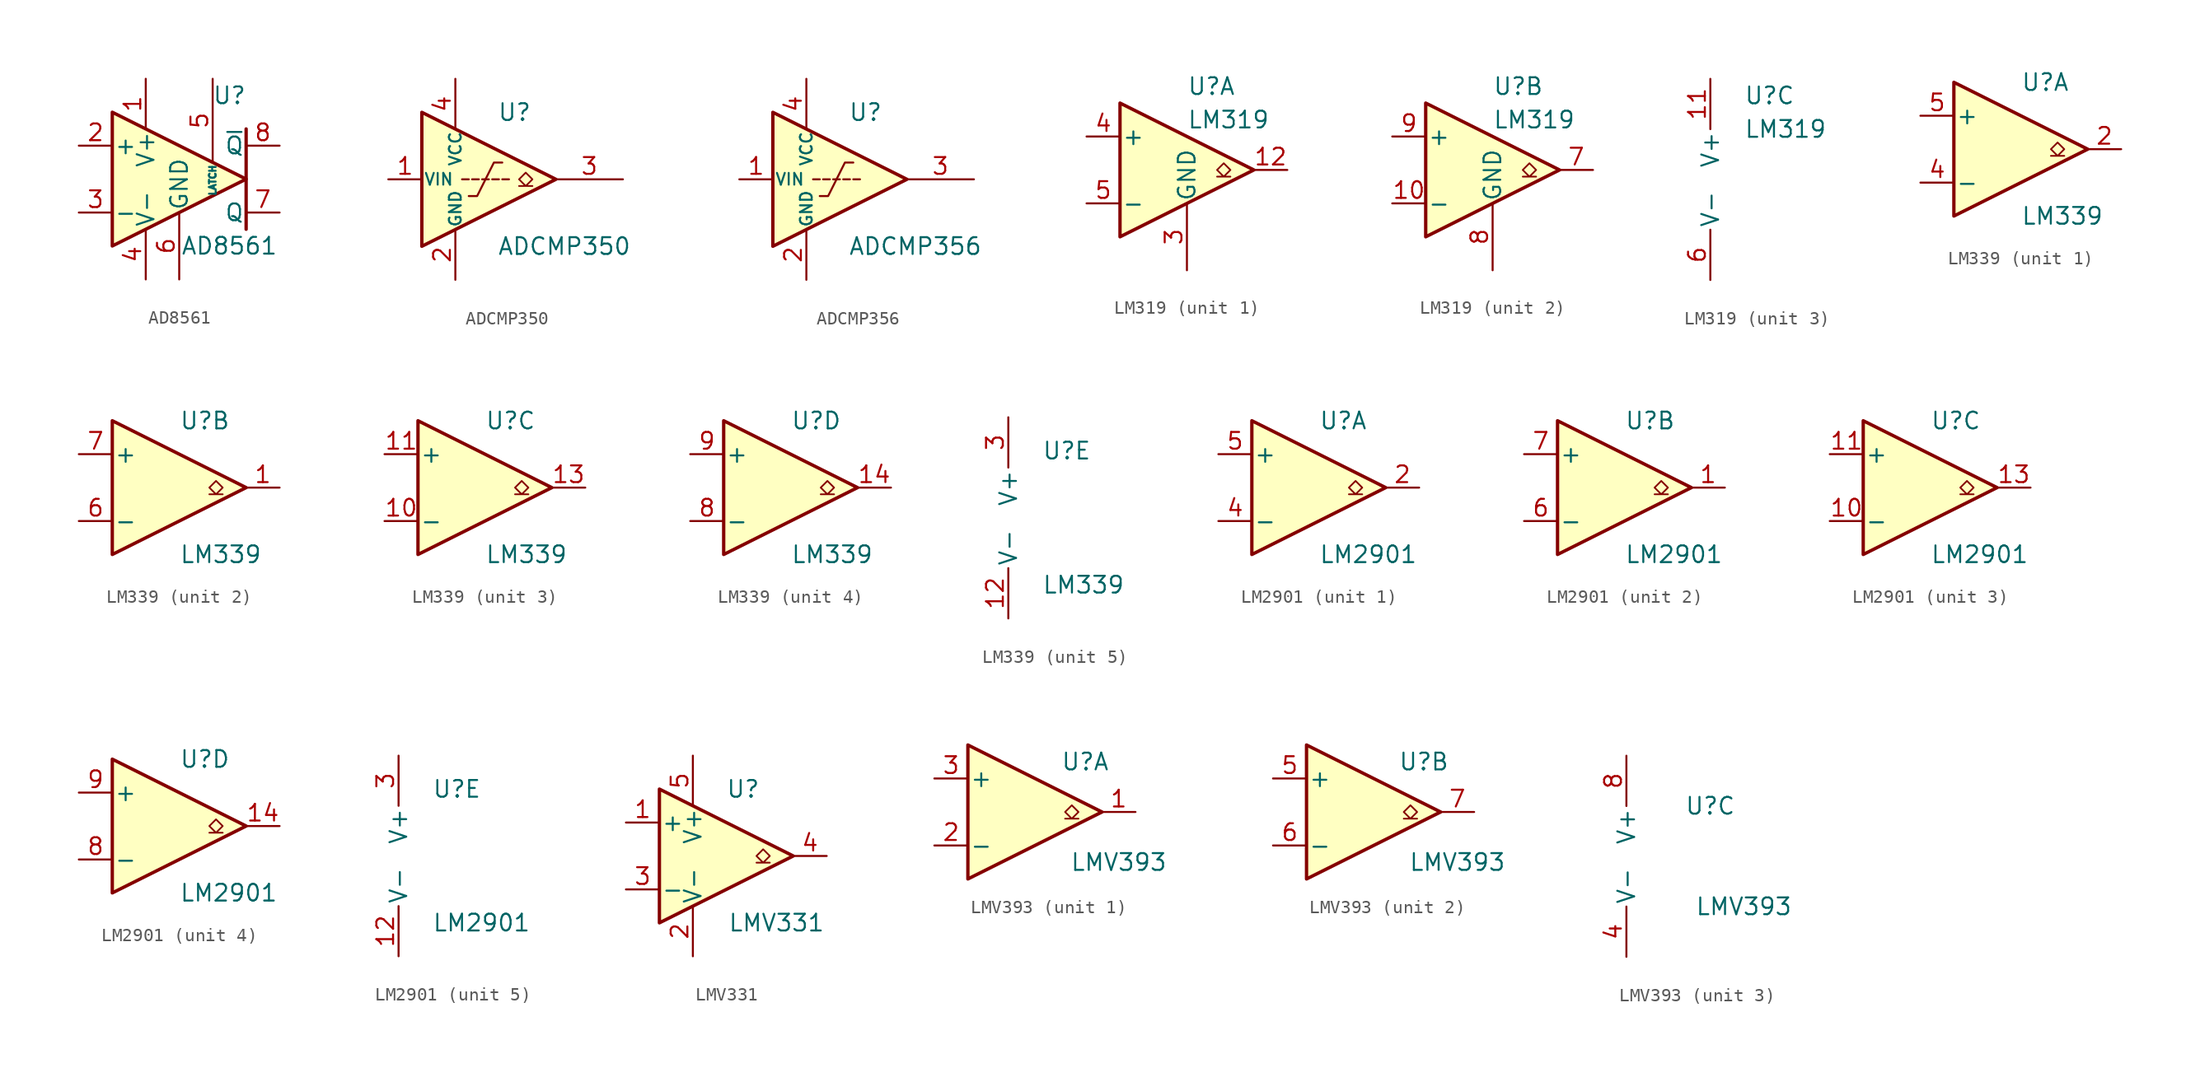
<source format=kicad_sym>
(kicad_symbol_lib
  (version 20201005)
  (generator kicad_symbol_editor)
  (symbol "Comparator:AD8561"
    (pin_names
      (offset 0.127))
    (property "Reference" "U"
      (at 3.81 6.35 0)
      (effects (font (size 1.27 1.27))))
    (property "Value" "AD8561"
      (at 3.81 -5.08 0)
      (effects (font (size 1.27 1.27))))
    (symbol "AD8561_0_1"
      (polyline (pts (xy 5.08 3.81) (xy 5.08 -3.81)) (stroke (width 0.254)) (fill (type none)))
      (polyline (pts (xy -5.08 5.08) (xy 5.08 0) (xy -5.08 -5.08) (xy -5.08 5.08)) (stroke (width 0.254)) (fill (type background))))
    (symbol "AD8561_1_1"
      (pin power_in line (at -2.54 7.62 270) (length 3.81) (name "V+" (effects (font (size 1.27 1.27)))) (number "1" (effects (font (size 1.27 1.27)))))
      (pin input line (at -7.62 2.54 0) (length 2.54) (name "+" (effects (font (size 1.27 1.27)))) (number "2" (effects (font (size 1.27 1.27)))))
      (pin input line (at -7.62 -2.54 0) (length 2.54) (name "-" (effects (font (size 1.27 1.27)))) (number "3" (effects (font (size 1.27 1.27)))))
      (pin power_in line (at -2.54 -7.62 90) (length 3.81) (name "V-" (effects (font (size 1.27 1.27)))) (number "4" (effects (font (size 1.27 1.27)))))
      (pin input line (at 2.54 7.62 270) (length 6.35) (name "LATCH" (effects (font (size 0.508 0.508)))) (number "5" (effects (font (size 1.27 1.27)))))
      (pin power_in line (at 0 -7.62 90) (length 5.08) (name "GND" (effects (font (size 1.27 1.27)))) (number "6" (effects (font (size 1.27 1.27)))))
      (pin output line (at 7.62 -2.54 180) (length 2.54) (name "Q" (effects (font (size 1.27 1.27)))) (number "7" (effects (font (size 1.27 1.27)))))
      (pin output line (at 7.62 2.54 180) (length 2.54) (name "~Q" (effects (font (size 1.27 1.27)))) (number "8" (effects (font (size 1.27 1.27)))))))
  (symbol "Comparator:ADCMP350"
    (pin_names
      (offset 0.127))
    (property "Reference" "U"
      (at 3.175 5.08 0)
      (effects (font (size 1.27 1.27)) (justify left)))
    (property "Value" "ADCMP350"
      (at 3.175 -5.08 0)
      (effects (font (size 1.27 1.27)) (justify left)))
    (symbol "ADCMP350_0_1"
      (polyline (pts (xy 1.016 0) (xy 0.508 0)) (stroke (width 0)) (fill (type none)))
      (polyline (pts (xy 1.778 0) (xy 1.27 0)) (stroke (width 0)) (fill (type none)))
      (polyline (pts (xy 2.032 0) (xy 2.54 0)) (stroke (width 0)) (fill (type none)))
      (polyline (pts (xy 2.794 0) (xy 3.302 0)) (stroke (width 0)) (fill (type none)))
      (polyline (pts (xy 3.556 0) (xy 4.064 0)) (stroke (width 0)) (fill (type none)))
      (polyline (pts (xy -2.54 5.08) (xy 7.62 0) (xy -2.54 -5.08) (xy -2.54 5.08)) (stroke (width 0.254)) (fill (type background)))
      (polyline (pts (xy 1.016 -1.27) (xy 1.651 -1.27) (xy 2.921 1.27) (xy 3.556 1.27)) (stroke (width 0)) (fill (type none)))
      (polyline (pts (xy 4.826 -0.508) (xy 5.334 -0.508) (xy 4.826 0) (xy 5.334 0.508) (xy 5.842 0) (xy 5.334 -0.508) (xy 5.842 -0.508)) (stroke (width 0.127)) (fill (type none))))
    (symbol "ADCMP350_1_1"
      (pin input line (at -5.08 0 0) (length 2.54) (name "VIN" (effects (font (size 0.889 0.889)))) (number "1" (effects (font (size 1.27 1.27)))))
      (pin power_in line (at 0 -7.62 90) (length 3.81) (name "GND" (effects (font (size 0.889 0.889)))) (number "2" (effects (font (size 1.27 1.27)))))
      (pin open_collector line (at 12.7 0 180) (length 5.08) (name "~" (effects (font (size 1.27 1.27)))) (number "3" (effects (font (size 1.27 1.27)))))
      (pin power_in line (at 0 7.62 270) (length 3.81) (name "VCC" (effects (font (size 0.889 0.889)))) (number "4" (effects (font (size 1.27 1.27)))))))
  (symbol "Comparator:ADCMP356"
    (pin_names
      (offset 0.127))
    (property "Reference" "U"
      (at 3.175 5.08 0)
      (effects (font (size 1.27 1.27)) (justify left)))
    (property "Value" "ADCMP356"
      (at 3.175 -5.08 0)
      (effects (font (size 1.27 1.27)) (justify left)))
    (symbol "ADCMP356_0_1"
      (polyline (pts (xy 1.016 0) (xy 0.508 0)) (stroke (width 0)) (fill (type none)))
      (polyline (pts (xy 1.778 0) (xy 1.27 0)) (stroke (width 0)) (fill (type none)))
      (polyline (pts (xy 2.032 0) (xy 2.54 0)) (stroke (width 0)) (fill (type none)))
      (polyline (pts (xy 2.794 0) (xy 3.302 0)) (stroke (width 0)) (fill (type none)))
      (polyline (pts (xy 3.556 0) (xy 4.064 0)) (stroke (width 0)) (fill (type none)))
      (polyline (pts (xy -2.54 5.08) (xy 7.62 0) (xy -2.54 -5.08) (xy -2.54 5.08)) (stroke (width 0.254)) (fill (type background)))
      (polyline (pts (xy 1.016 -1.27) (xy 1.651 -1.27) (xy 2.921 1.27) (xy 3.556 1.27)) (stroke (width 0)) (fill (type none))))
    (symbol "ADCMP356_1_1"
      (pin input line (at -5.08 0 0) (length 2.54) (name "VIN" (effects (font (size 0.889 0.889)))) (number "1" (effects (font (size 1.27 1.27)))))
      (pin power_in line (at 0 -7.62 90) (length 3.81) (name "GND" (effects (font (size 0.889 0.889)))) (number "2" (effects (font (size 1.27 1.27)))))
      (pin output line (at 12.7 0 180) (length 5.08) (name "~" (effects (font (size 1.27 1.27)))) (number "3" (effects (font (size 1.27 1.27)))))
      (pin power_in line (at 0 7.62 270) (length 3.81) (name "VCC" (effects (font (size 0.889 0.889)))) (number "4" (effects (font (size 1.27 1.27)))))))
  (symbol "Comparator:LM319"
    (pin_names
      (offset 0.127))
    (property "Reference" "U"
      (at 0 6.35 0)
      (effects (font (size 1.27 1.27)) (justify left)))
    (property "Value" "LM319"
      (at 0 3.81 0)
      (effects (font (size 1.27 1.27)) (justify left)))
    (property "ki_locked" ""
      (at 0 0 0)
      (effects (font (size 1.27 1.27))))
    (symbol "LM319_1_1"
      (polyline (pts (xy -5.08 5.08) (xy 5.08 0) (xy -5.08 -5.08) (xy -5.08 5.08) (xy -5.08 5.08)) (stroke (width 0.254)) (fill (type background)))
      (polyline (pts (xy 2.286 -0.508) (xy 2.794 -0.508) (xy 2.286 0) (xy 2.794 0.508) (xy 3.302 0) (xy 2.794 -0.508) (xy 3.302 -0.508)) (stroke (width 0.127)) (fill (type none)))
      (pin no_connect line (at 0 -2.54 90) (length 2.54) hide (name "NC" (effects (font (size 1.27 1.27)))) (number "1" (effects (font (size 1.27 1.27)))))
      (pin open_collector line (at 7.62 0 180) (length 2.54) (name "~" (effects (font (size 1.27 1.27)))) (number "12" (effects (font (size 1.27 1.27)))))
      (pin no_connect line (at 0 2.54 270) (length 2.54) hide (name "NC" (effects (font (size 1.27 1.27)))) (number "2" (effects (font (size 1.27 1.27)))))
      (pin passive line (at 0 -7.62 90) (length 5.08) (name "GND" (effects (font (size 1.27 1.27)))) (number "3" (effects (font (size 1.27 1.27)))))
      (pin input line (at -7.62 2.54 0) (length 2.54) (name "+" (effects (font (size 1.27 1.27)))) (number "4" (effects (font (size 1.27 1.27)))))
      (pin input line (at -7.62 -2.54 0) (length 2.54) (name "-" (effects (font (size 1.27 1.27)))) (number "5" (effects (font (size 1.27 1.27))))))
    (symbol "LM319_2_1"
      (polyline (pts (xy -5.08 5.08) (xy 5.08 0) (xy -5.08 -5.08) (xy -5.08 5.08) (xy -5.08 5.08)) (stroke (width 0.254)) (fill (type background)))
      (polyline (pts (xy 3.302 -0.508) (xy 2.794 -0.508) (xy 3.302 0) (xy 2.794 0.508) (xy 2.286 0) (xy 2.794 -0.508) (xy 2.286 -0.508)) (stroke (width 0.127)) (fill (type none)))
      (pin input line (at -7.62 -2.54 0) (length 2.54) (name "-" (effects (font (size 1.27 1.27)))) (number "10" (effects (font (size 1.27 1.27)))))
      (pin no_connect line (at 0 -2.54 90) (length 2.54) hide (name "NC" (effects (font (size 1.27 1.27)))) (number "13" (effects (font (size 1.27 1.27)))))
      (pin no_connect line (at 0 2.54 270) (length 2.54) hide (name "NC" (effects (font (size 1.27 1.27)))) (number "14" (effects (font (size 1.27 1.27)))))
      (pin open_collector line (at 7.62 0 180) (length 2.54) (name "~" (effects (font (size 1.27 1.27)))) (number "7" (effects (font (size 1.27 1.27)))))
      (pin passive line (at 0 -7.62 90) (length 5.08) (name "GND" (effects (font (size 1.27 1.27)))) (number "8" (effects (font (size 1.27 1.27)))))
      (pin input line (at -7.62 2.54 0) (length 2.54) (name "+" (effects (font (size 1.27 1.27)))) (number "9" (effects (font (size 1.27 1.27))))))
    (symbol "LM319_3_1"
      (pin power_in line (at -2.54 7.62 270) (length 3.81) (name "V+" (effects (font (size 1.27 1.27)))) (number "11" (effects (font (size 1.27 1.27)))))
      (pin power_in line (at -2.54 -7.62 90) (length 3.81) (name "V-" (effects (font (size 1.27 1.27)))) (number "6" (effects (font (size 1.27 1.27)))))))
  (symbol "Comparator:LM339"
    (pin_names
      (offset 0.127))
    (property "Reference" "U"
      (at 0 5.08 0)
      (effects (font (size 1.27 1.27)) (justify left)))
    (property "Value" "LM339"
      (at 0 -5.08 0)
      (effects (font (size 1.27 1.27)) (justify left)))
    (property "ki_locked" ""
      (at 0 0 0)
      (effects (font (size 1.27 1.27))))
    (symbol "LM339_1_1"
      (polyline (pts (xy -5.08 5.08) (xy 5.08 0) (xy -5.08 -5.08) (xy -5.08 5.08)) (stroke (width 0.254)) (fill (type background)))
      (polyline (pts (xy 3.302 -0.508) (xy 2.794 -0.508) (xy 3.302 0) (xy 2.794 0.508) (xy 2.286 0) (xy 2.794 -0.508) (xy 2.286 -0.508)) (stroke (width 0.127)) (fill (type none)))
      (pin open_collector line (at 7.62 0 180) (length 2.54) (name "~" (effects (font (size 1.27 1.27)))) (number "2" (effects (font (size 1.27 1.27)))))
      (pin input line (at -7.62 -2.54 0) (length 2.54) (name "-" (effects (font (size 1.27 1.27)))) (number "4" (effects (font (size 1.27 1.27)))))
      (pin input line (at -7.62 2.54 0) (length 2.54) (name "+" (effects (font (size 1.27 1.27)))) (number "5" (effects (font (size 1.27 1.27))))))
    (symbol "LM339_2_1"
      (polyline (pts (xy -5.08 5.08) (xy 5.08 0) (xy -5.08 -5.08) (xy -5.08 5.08)) (stroke (width 0.254)) (fill (type background)))
      (polyline (pts (xy 3.302 -0.508) (xy 2.794 -0.508) (xy 3.302 0) (xy 2.794 0.508) (xy 2.286 0) (xy 2.794 -0.508) (xy 2.286 -0.508)) (stroke (width 0.127)) (fill (type none)))
      (pin open_collector line (at 7.62 0 180) (length 2.54) (name "~" (effects (font (size 1.27 1.27)))) (number "1" (effects (font (size 1.27 1.27)))))
      (pin input line (at -7.62 -2.54 0) (length 2.54) (name "-" (effects (font (size 1.27 1.27)))) (number "6" (effects (font (size 1.27 1.27)))))
      (pin input line (at -7.62 2.54 0) (length 2.54) (name "+" (effects (font (size 1.27 1.27)))) (number "7" (effects (font (size 1.27 1.27))))))
    (symbol "LM339_3_1"
      (polyline (pts (xy -5.08 5.08) (xy 5.08 0) (xy -5.08 -5.08) (xy -5.08 5.08)) (stroke (width 0.254)) (fill (type background)))
      (polyline (pts (xy 3.302 -0.508) (xy 2.794 -0.508) (xy 3.302 0) (xy 2.794 0.508) (xy 2.286 0) (xy 2.794 -0.508) (xy 2.286 -0.508)) (stroke (width 0.127)) (fill (type none)))
      (pin input line (at -7.62 -2.54 0) (length 2.54) (name "-" (effects (font (size 1.27 1.27)))) (number "10" (effects (font (size 1.27 1.27)))))
      (pin input line (at -7.62 2.54 0) (length 2.54) (name "+" (effects (font (size 1.27 1.27)))) (number "11" (effects (font (size 1.27 1.27)))))
      (pin open_collector line (at 7.62 0 180) (length 2.54) (name "~" (effects (font (size 1.27 1.27)))) (number "13" (effects (font (size 1.27 1.27))))))
    (symbol "LM339_4_1"
      (polyline (pts (xy -5.08 5.08) (xy 5.08 0) (xy -5.08 -5.08) (xy -5.08 5.08)) (stroke (width 0.254)) (fill (type background)))
      (polyline (pts (xy 3.302 -0.508) (xy 2.794 -0.508) (xy 3.302 0) (xy 2.794 0.508) (xy 2.286 0) (xy 2.794 -0.508) (xy 2.286 -0.508)) (stroke (width 0.127)) (fill (type none)))
      (pin open_collector line (at 7.62 0 180) (length 2.54) (name "~" (effects (font (size 1.27 1.27)))) (number "14" (effects (font (size 1.27 1.27)))))
      (pin input line (at -7.62 -2.54 0) (length 2.54) (name "-" (effects (font (size 1.27 1.27)))) (number "8" (effects (font (size 1.27 1.27)))))
      (pin input line (at -7.62 2.54 0) (length 2.54) (name "+" (effects (font (size 1.27 1.27)))) (number "9" (effects (font (size 1.27 1.27))))))
    (symbol "LM339_5_1"
      (pin power_in line (at -2.54 -7.62 90) (length 3.81) (name "V-" (effects (font (size 1.27 1.27)))) (number "12" (effects (font (size 1.27 1.27)))))
      (pin power_in line (at -2.54 7.62 270) (length 3.81) (name "V+" (effects (font (size 1.27 1.27)))) (number "3" (effects (font (size 1.27 1.27)))))))
  (symbol "Comparator:LM2901"
    (pin_names
      (offset 0.127))
    (property "Reference" "U"
      (at 0 5.08 0)
      (effects (font (size 1.27 1.27)) (justify left)))
    (property "Value" "LM2901"
      (at 0 -5.08 0)
      (effects (font (size 1.27 1.27)) (justify left)))
    (property "ki_locked" ""
      (at 0 0 0)
      (effects (font (size 1.27 1.27))))
    (symbol "LM2901_1_1"
      (polyline (pts (xy -5.08 5.08) (xy 5.08 0) (xy -5.08 -5.08) (xy -5.08 5.08)) (stroke (width 0.254)) (fill (type background)))
      (polyline (pts (xy 3.302 -0.508) (xy 2.794 -0.508) (xy 3.302 0) (xy 2.794 0.508) (xy 2.286 0) (xy 2.794 -0.508) (xy 2.286 -0.508)) (stroke (width 0.127)) (fill (type none)))
      (pin open_collector line (at 7.62 0 180) (length 2.54) (name "~" (effects (font (size 1.27 1.27)))) (number "2" (effects (font (size 1.27 1.27)))))
      (pin input line (at -7.62 -2.54 0) (length 2.54) (name "-" (effects (font (size 1.27 1.27)))) (number "4" (effects (font (size 1.27 1.27)))))
      (pin input line (at -7.62 2.54 0) (length 2.54) (name "+" (effects (font (size 1.27 1.27)))) (number "5" (effects (font (size 1.27 1.27))))))
    (symbol "LM2901_2_1"
      (polyline (pts (xy -5.08 5.08) (xy 5.08 0) (xy -5.08 -5.08) (xy -5.08 5.08)) (stroke (width 0.254)) (fill (type background)))
      (polyline (pts (xy 3.302 -0.508) (xy 2.794 -0.508) (xy 3.302 0) (xy 2.794 0.508) (xy 2.286 0) (xy 2.794 -0.508) (xy 2.286 -0.508)) (stroke (width 0.127)) (fill (type none)))
      (pin open_collector line (at 7.62 0 180) (length 2.54) (name "~" (effects (font (size 1.27 1.27)))) (number "1" (effects (font (size 1.27 1.27)))))
      (pin input line (at -7.62 -2.54 0) (length 2.54) (name "-" (effects (font (size 1.27 1.27)))) (number "6" (effects (font (size 1.27 1.27)))))
      (pin input line (at -7.62 2.54 0) (length 2.54) (name "+" (effects (font (size 1.27 1.27)))) (number "7" (effects (font (size 1.27 1.27))))))
    (symbol "LM2901_3_1"
      (polyline (pts (xy -5.08 5.08) (xy 5.08 0) (xy -5.08 -5.08) (xy -5.08 5.08)) (stroke (width 0.254)) (fill (type background)))
      (polyline (pts (xy 3.302 -0.508) (xy 2.794 -0.508) (xy 3.302 0) (xy 2.794 0.508) (xy 2.286 0) (xy 2.794 -0.508) (xy 2.286 -0.508)) (stroke (width 0.127)) (fill (type none)))
      (pin input line (at -7.62 -2.54 0) (length 2.54) (name "-" (effects (font (size 1.27 1.27)))) (number "10" (effects (font (size 1.27 1.27)))))
      (pin input line (at -7.62 2.54 0) (length 2.54) (name "+" (effects (font (size 1.27 1.27)))) (number "11" (effects (font (size 1.27 1.27)))))
      (pin open_collector line (at 7.62 0 180) (length 2.54) (name "~" (effects (font (size 1.27 1.27)))) (number "13" (effects (font (size 1.27 1.27))))))
    (symbol "LM2901_4_1"
      (polyline (pts (xy -5.08 5.08) (xy 5.08 0) (xy -5.08 -5.08) (xy -5.08 5.08)) (stroke (width 0.254)) (fill (type background)))
      (polyline (pts (xy 3.302 -0.508) (xy 2.794 -0.508) (xy 3.302 0) (xy 2.794 0.508) (xy 2.286 0) (xy 2.794 -0.508) (xy 2.286 -0.508)) (stroke (width 0.127)) (fill (type none)))
      (pin open_collector line (at 7.62 0 180) (length 2.54) (name "~" (effects (font (size 1.27 1.27)))) (number "14" (effects (font (size 1.27 1.27)))))
      (pin input line (at -7.62 -2.54 0) (length 2.54) (name "-" (effects (font (size 1.27 1.27)))) (number "8" (effects (font (size 1.27 1.27)))))
      (pin input line (at -7.62 2.54 0) (length 2.54) (name "+" (effects (font (size 1.27 1.27)))) (number "9" (effects (font (size 1.27 1.27))))))
    (symbol "LM2901_5_1"
      (pin power_in line (at -2.54 -7.62 90) (length 3.81) (name "V-" (effects (font (size 1.27 1.27)))) (number "12" (effects (font (size 1.27 1.27)))))
      (pin power_in line (at -2.54 7.62 270) (length 3.81) (name "V+" (effects (font (size 1.27 1.27)))) (number "3" (effects (font (size 1.27 1.27)))))))
  (symbol "Comparator:LMV331"
    (pin_names
      (offset 0.127))
    (property "Reference" "U"
      (at 1.27 5.08 0)
      (effects (font (size 1.27 1.27))))
    (property "Value" "LMV331"
      (at 3.81 -5.08 0)
      (effects (font (size 1.27 1.27))))
    (symbol "LMV331_0_1"
      (polyline (pts (xy -5.08 5.08) (xy 5.08 0) (xy -5.08 -5.08) (xy -5.08 5.08)) (stroke (width 0.254)) (fill (type background)))
      (polyline (pts (xy 3.302 -0.508) (xy 2.794 -0.508) (xy 3.302 0) (xy 2.794 0.508) (xy 2.286 0) (xy 2.794 -0.508) (xy 2.286 -0.508)) (stroke (width 0.127)) (fill (type none))))
    (symbol "LMV331_1_1"
      (pin input line (at -7.62 2.54 0) (length 2.54) (name "+" (effects (font (size 1.27 1.27)))) (number "1" (effects (font (size 1.27 1.27)))))
      (pin power_in line (at -2.54 -7.62 90) (length 3.81) (name "V-" (effects (font (size 1.27 1.27)))) (number "2" (effects (font (size 1.27 1.27)))))
      (pin input line (at -7.62 -2.54 0) (length 2.54) (name "-" (effects (font (size 1.27 1.27)))) (number "3" (effects (font (size 1.27 1.27)))))
      (pin open_collector line (at 7.62 0 180) (length 2.54) (name "~" (effects (font (size 1.27 1.27)))) (number "4" (effects (font (size 1.27 1.27)))))
      (pin power_in line (at -2.54 7.62 270) (length 3.81) (name "V+" (effects (font (size 1.27 1.27)))) (number "5" (effects (font (size 1.27 1.27)))))))
  (symbol "Comparator:LMV393"
    (pin_names
      (offset 0.127))
    (property "Reference" "U"
      (at 3.81 3.81 0)
      (effects (font (size 1.27 1.27))))
    (property "Value" "LMV393"
      (at 6.35 -3.81 0)
      (effects (font (size 1.27 1.27))))
    (property "ki_locked" ""
      (at 0 0 0)
      (effects (font (size 1.27 1.27))))
    (symbol "LMV393_1_1"
      (polyline (pts (xy -5.08 5.08) (xy 5.08 0) (xy -5.08 -5.08) (xy -5.08 5.08)) (stroke (width 0.254)) (fill (type background)))
      (polyline (pts (xy 3.302 -0.508) (xy 2.794 -0.508) (xy 3.302 0) (xy 2.794 0.508) (xy 2.286 0) (xy 2.794 -0.508) (xy 2.286 -0.508)) (stroke (width 0.127)) (fill (type none)))
      (pin open_collector line (at 7.62 0 180) (length 2.54) (name "~" (effects (font (size 1.27 1.27)))) (number "1" (effects (font (size 1.27 1.27)))))
      (pin input line (at -7.62 -2.54 0) (length 2.54) (name "-" (effects (font (size 1.27 1.27)))) (number "2" (effects (font (size 1.27 1.27)))))
      (pin input line (at -7.62 2.54 0) (length 2.54) (name "+" (effects (font (size 1.27 1.27)))) (number "3" (effects (font (size 1.27 1.27))))))
    (symbol "LMV393_2_1"
      (polyline (pts (xy -5.08 5.08) (xy 5.08 0) (xy -5.08 -5.08) (xy -5.08 5.08)) (stroke (width 0.254)) (fill (type background)))
      (polyline (pts (xy 3.302 -0.508) (xy 2.794 -0.508) (xy 3.302 0) (xy 2.794 0.508) (xy 2.286 0) (xy 2.794 -0.508) (xy 2.286 -0.508)) (stroke (width 0.127)) (fill (type none)))
      (pin input line (at -7.62 2.54 0) (length 2.54) (name "+" (effects (font (size 1.27 1.27)))) (number "5" (effects (font (size 1.27 1.27)))))
      (pin input line (at -7.62 -2.54 0) (length 2.54) (name "-" (effects (font (size 1.27 1.27)))) (number "6" (effects (font (size 1.27 1.27)))))
      (pin open_collector line (at 7.62 0 180) (length 2.54) (name "~" (effects (font (size 1.27 1.27)))) (number "7" (effects (font (size 1.27 1.27))))))
    (symbol "LMV393_3_1"
      (pin power_in line (at -2.54 -7.62 90) (length 3.81) (name "V-" (effects (font (size 1.27 1.27)))) (number "4" (effects (font (size 1.27 1.27)))))
      (pin power_in line (at -2.54 7.62 270) (length 3.81) (name "V+" (effects (font (size 1.27 1.27)))) (number "8" (effects (font (size 1.27 1.27))))))))
</source>
